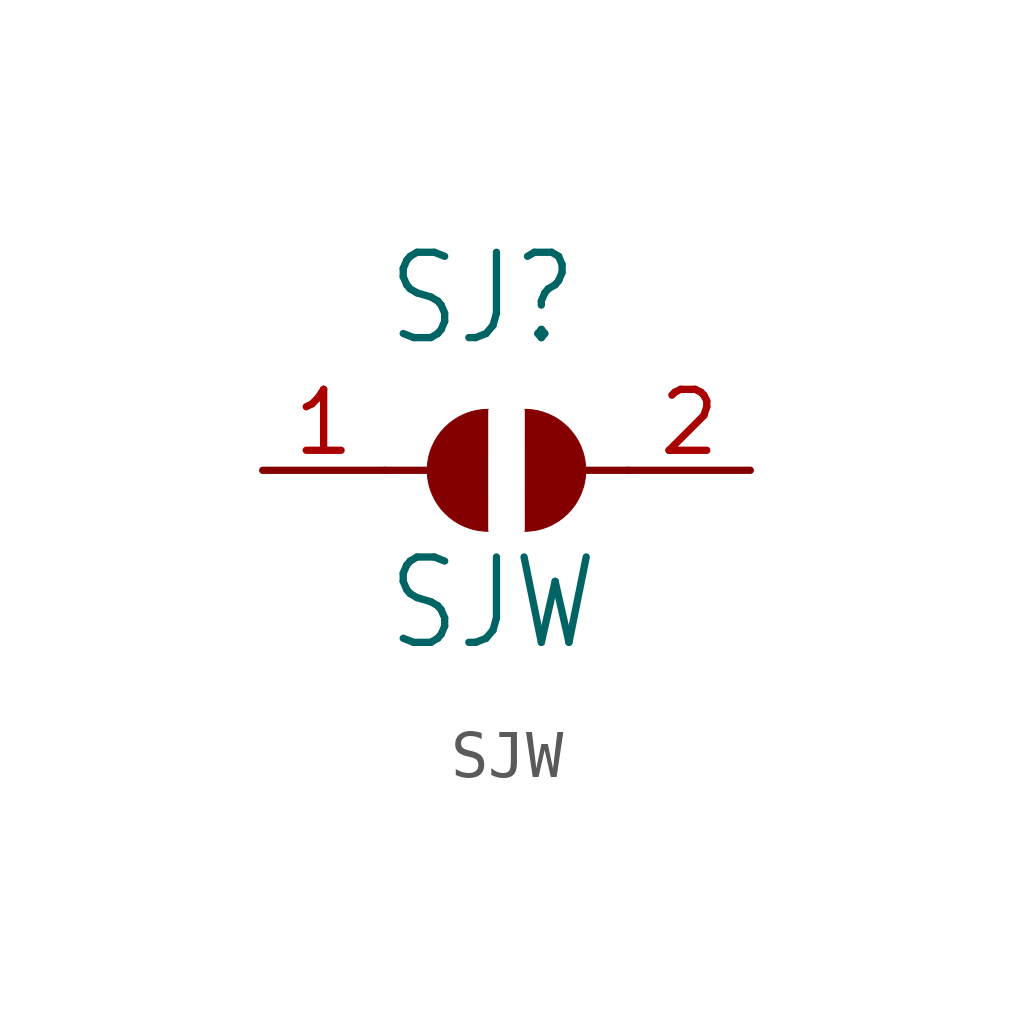
<source format=kicad_sym>
(kicad_symbol_lib
  (version 20211014)
  (generator kicad_symbol_editor)
  (symbol "SJW"
    (property "Reference" "SJ"
      (at -2.54 2.54 0)
      (effects (font (size 1.778 1.511)) (justify left bottom)))
    (property "Value" "SJW"
      (at -2.54 -3.81 0)
      (effects (font (size 1.778 1.511)) (justify left bottom)))
    (property "ki_locked" ""
      (at 0 0 0)
      (effects (font (size 1.27 1.27))))
    (symbol "SJW_1_0"
      (arc (start -0.381 1.2699) (mid -1.6508 0) (end -0.381 -1.2699) (stroke (width 0.0001) (type default) (color 0 0 0 0)) (fill (type outline)))
      (polyline (pts (xy -2.54 0) (xy -1.651 0)) (stroke (width 0.152) (type default) (color 0 0 0 0)) (fill (type none)))
      (polyline (pts (xy 2.54 0) (xy 1.651 0)) (stroke (width 0.152) (type default) (color 0 0 0 0)) (fill (type none)))
      (arc (start 0.381 -1.2699) (mid 1.6508 0) (end 0.381 1.2699) (stroke (width 0.0001) (type default) (color 0 0 0 0)) (fill (type outline)))
      (pin passive line (at -5.08 0 0) (length 2.54) (name "1" (effects (font (size 0 0)))) (number "1" (effects (font (size 1.27 1.27)))))
      (pin passive line (at 5.08 0 180) (length 2.54) (name "2" (effects (font (size 0 0)))) (number "2" (effects (font (size 1.27 1.27))))))))
</source>
